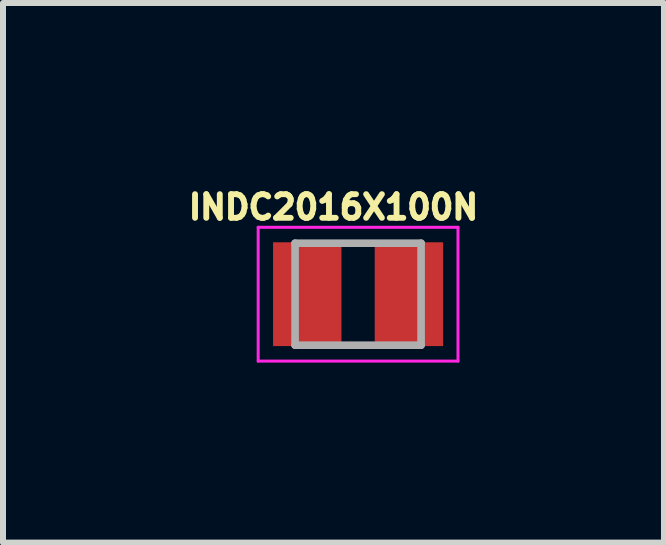
<source format=kicad_pcb>
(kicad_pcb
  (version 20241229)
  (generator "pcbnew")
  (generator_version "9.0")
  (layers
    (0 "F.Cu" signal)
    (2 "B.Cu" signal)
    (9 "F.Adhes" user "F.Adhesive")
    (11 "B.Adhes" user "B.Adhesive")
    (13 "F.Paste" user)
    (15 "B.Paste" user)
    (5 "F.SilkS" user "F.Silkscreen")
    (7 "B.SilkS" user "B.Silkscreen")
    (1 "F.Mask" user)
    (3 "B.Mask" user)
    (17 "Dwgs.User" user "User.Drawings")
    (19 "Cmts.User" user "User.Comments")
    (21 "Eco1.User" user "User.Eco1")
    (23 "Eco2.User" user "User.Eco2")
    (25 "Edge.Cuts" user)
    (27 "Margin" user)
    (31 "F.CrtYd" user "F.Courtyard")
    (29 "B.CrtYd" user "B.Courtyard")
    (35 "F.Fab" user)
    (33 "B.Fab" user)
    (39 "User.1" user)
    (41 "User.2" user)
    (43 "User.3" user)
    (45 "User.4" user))
  (footprint "INDC2016X100N"
    (layer "F.Cu")
    (at 2.918 1.853)
    (property "Reference" "INDC2016X100N" (at -0.41 -1.45 0) (layer "F.SilkS") (effects (font (size 0.394 0.394) (thickness 0.098))))
    (attr smd)
    (fp_line (start -1.665 -1.115) (end 1.665 -1.115) (stroke (width 0.05) (type solid)) (layer "F.CrtYd"))
    (fp_line (start -1.665 1.115) (end -1.665 -1.115) (stroke (width 0.05) (type solid)) (layer "F.CrtYd"))
    (fp_line (start -1.665 1.115) (end 1.665 1.115) (stroke (width 0.05) (type solid)) (layer "F.CrtYd"))
    (fp_line (start 1.665 1.115) (end 1.665 -1.115) (stroke (width 0.05) (type solid)) (layer "F.CrtYd"))
    (fp_line (start -1.05 0.85) (end -1.05 -0.85) (stroke (width 0.127) (type solid)) (layer "F.Fab"))
    (fp_line (start 1.05 -0.85) (end -1.05 -0.85) (stroke (width 0.127) (type solid)) (layer "F.Fab"))
    (fp_line (start 1.05 0.85) (end -1.05 0.85) (stroke (width 0.127) (type solid)) (layer "F.Fab"))
    (fp_line (start 1.05 0.85) (end 1.05 -0.85) (stroke (width 0.127) (type solid)) (layer "F.Fab"))
    (pad "1" smd rect (at -0.847 0) (size 1.14 1.73) (layers "F.Cu" "F.Mask" "F.Paste"))
    (pad "2" smd rect (at 0.847 0) (size 1.14 1.73) (layers "F.Cu" "F.Mask" "F.Paste")))
  (gr_rect
    (start -3 -3)
    (end 8.016 5.993)
    (stroke (width 0.1) (type default))
    (fill no)
    (layer "Edge.Cuts")))
</source>
